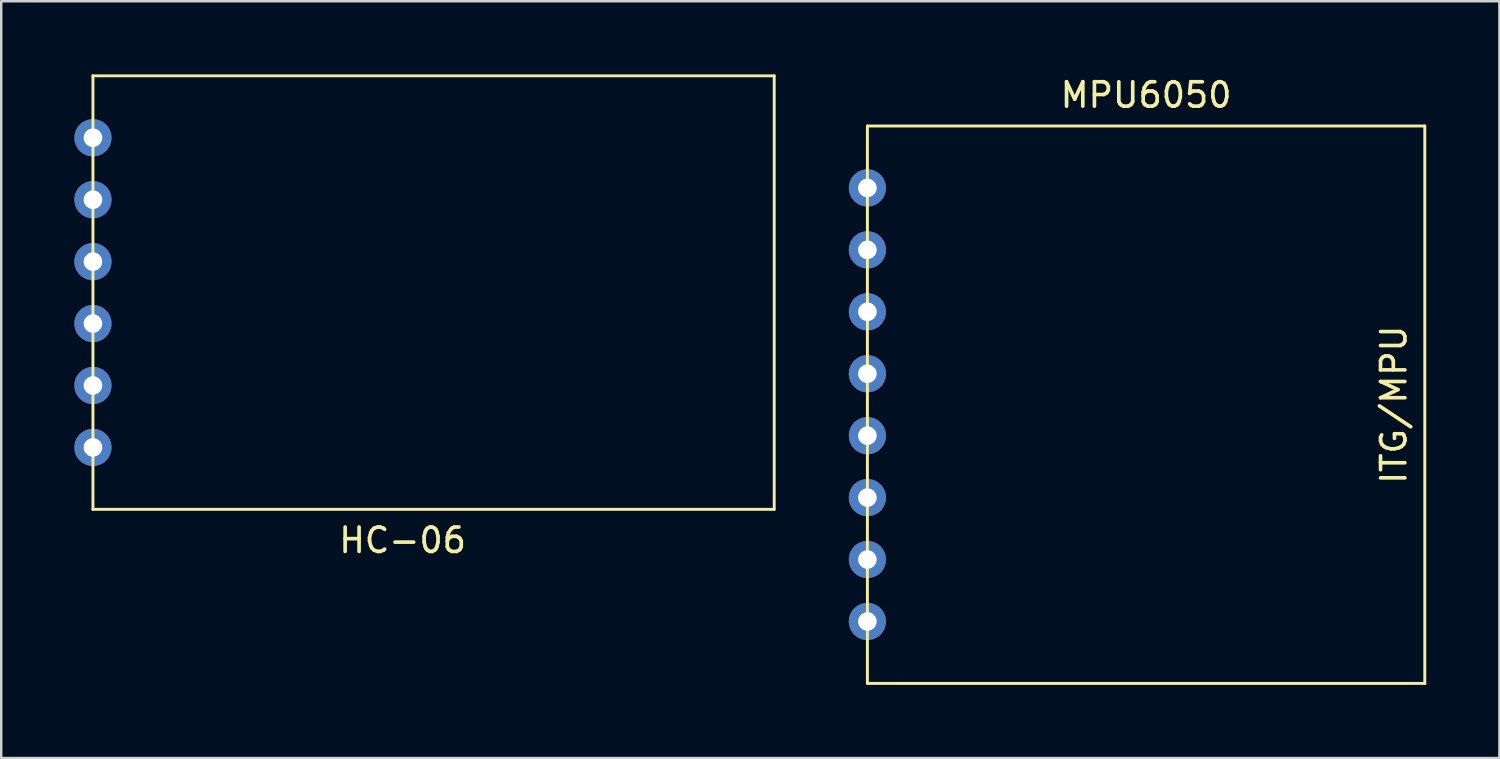
<source format=kicad_pcb>
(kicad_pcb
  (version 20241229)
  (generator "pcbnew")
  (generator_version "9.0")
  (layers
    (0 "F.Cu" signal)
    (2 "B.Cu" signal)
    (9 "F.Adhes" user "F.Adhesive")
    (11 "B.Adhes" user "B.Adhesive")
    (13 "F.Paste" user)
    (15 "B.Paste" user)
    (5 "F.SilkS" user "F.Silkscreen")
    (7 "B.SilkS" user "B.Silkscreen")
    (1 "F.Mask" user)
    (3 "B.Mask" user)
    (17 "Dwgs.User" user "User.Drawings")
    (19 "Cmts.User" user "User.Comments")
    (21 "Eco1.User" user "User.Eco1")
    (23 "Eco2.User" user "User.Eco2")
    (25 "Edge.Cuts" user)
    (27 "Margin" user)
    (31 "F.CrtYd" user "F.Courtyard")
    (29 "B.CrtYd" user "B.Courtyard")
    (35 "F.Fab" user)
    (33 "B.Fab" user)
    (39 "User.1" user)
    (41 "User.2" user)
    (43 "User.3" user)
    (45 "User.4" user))
  (footprint "MPU6050"
    (layer "F.Cu")
    (at 43.954 13.548)
    (property "Reference" "MPU6050" (at 0 -12.7 0) (layer "F.SilkS") (effects (font (size 1 1) (thickness 0.15))))
    (attr through_hole)
    (fp_line (start -11.43 -11.43) (end 11.43 -11.43) (stroke (width 0.12) (type solid)) (layer "F.SilkS"))
    (fp_line (start -11.43 11.43) (end -11.43 -11.43) (stroke (width 0.12) (type solid)) (layer "F.SilkS"))
    (fp_line (start 11.43 -11.43) (end 11.43 11.43) (stroke (width 0.12) (type solid)) (layer "F.SilkS"))
    (fp_line (start 11.43 11.43) (end -11.43 11.43) (stroke (width 0.12) (type solid)) (layer "F.SilkS"))
    (fp_text user "ITG/MPU" (at 10.16 0 90) (layer "F.SilkS") (effects (font (size 1 1) (thickness 0.15))))
    (pad "1" thru_hole circle (at -11.43 -8.89) (size 1.524 1.524) (drill 0.762) (layers "*.Cu" "*.Mask"))
    (pad "2" thru_hole circle (at -11.43 -6.35) (size 1.524 1.524) (drill 0.762) (layers "*.Cu" "*.Mask"))
    (pad "3" thru_hole circle (at -11.43 -3.81) (size 1.524 1.524) (drill 0.762) (layers "*.Cu" "*.Mask"))
    (pad "4" thru_hole circle (at -11.43 -1.27) (size 1.524 1.524) (drill 0.762) (layers "*.Cu" "*.Mask"))
    (pad "5" thru_hole circle (at -11.43 1.27) (size 1.524 1.524) (drill 0.762) (layers "*.Cu" "*.Mask"))
    (pad "6" thru_hole circle (at -11.43 3.81) (size 1.524 1.524) (drill 0.762) (layers "*.Cu" "*.Mask"))
    (pad "7" thru_hole circle (at -11.43 6.35) (size 1.524 1.524) (drill 0.762) (layers "*.Cu" "*.Mask"))
    (pad "8" thru_hole circle (at -11.43 8.89) (size 1.524 1.524) (drill 0.762) (layers "*.Cu" "*.Mask")))
  (footprint "HC-06"
    (layer "F.Cu")
    (at 13.462 10.22)
    (property "Reference" "HC-06" (at 0 8.89 0) (layer "F.SilkS") (effects (font (size 1 1) (thickness 0.15))))
    (attr through_hole)
    (fp_line (start -12.7 -10.16) (end 15.24 -10.16) (stroke (width 0.12) (type solid)) (layer "F.SilkS"))
    (fp_line (start -12.7 7.62) (end -12.7 -10.16) (stroke (width 0.12) (type solid)) (layer "F.SilkS"))
    (fp_line (start 15.24 -10.16) (end 15.24 7.62) (stroke (width 0.12) (type solid)) (layer "F.SilkS"))
    (fp_line (start 15.24 7.62) (end -12.7 7.62) (stroke (width 0.12) (type solid)) (layer "F.SilkS"))
    (pad "1" thru_hole circle (at -12.7 -7.62) (size 1.524 1.524) (drill 0.762) (layers "*.Cu" "*.Mask"))
    (pad "2" thru_hole circle (at -12.7 -5.08) (size 1.524 1.524) (drill 0.762) (layers "*.Cu" "*.Mask"))
    (pad "3" thru_hole circle (at -12.7 -2.54) (size 1.524 1.524) (drill 0.762) (layers "*.Cu" "*.Mask"))
    (pad "4" thru_hole circle (at -12.7 0) (size 1.524 1.524) (drill 0.762) (layers "*.Cu" "*.Mask"))
    (pad "5" thru_hole circle (at -12.7 2.54) (size 1.524 1.524) (drill 0.762) (layers "*.Cu" "*.Mask"))
    (pad "6" thru_hole circle (at -12.7 5.08) (size 1.524 1.524) (drill 0.762) (layers "*.Cu" "*.Mask")))
  (gr_rect
    (start -3 -3)
    (end 58.444 28.038)
    (stroke (width 0.1) (type default))
    (fill no)
    (layer "Edge.Cuts")))
</source>
